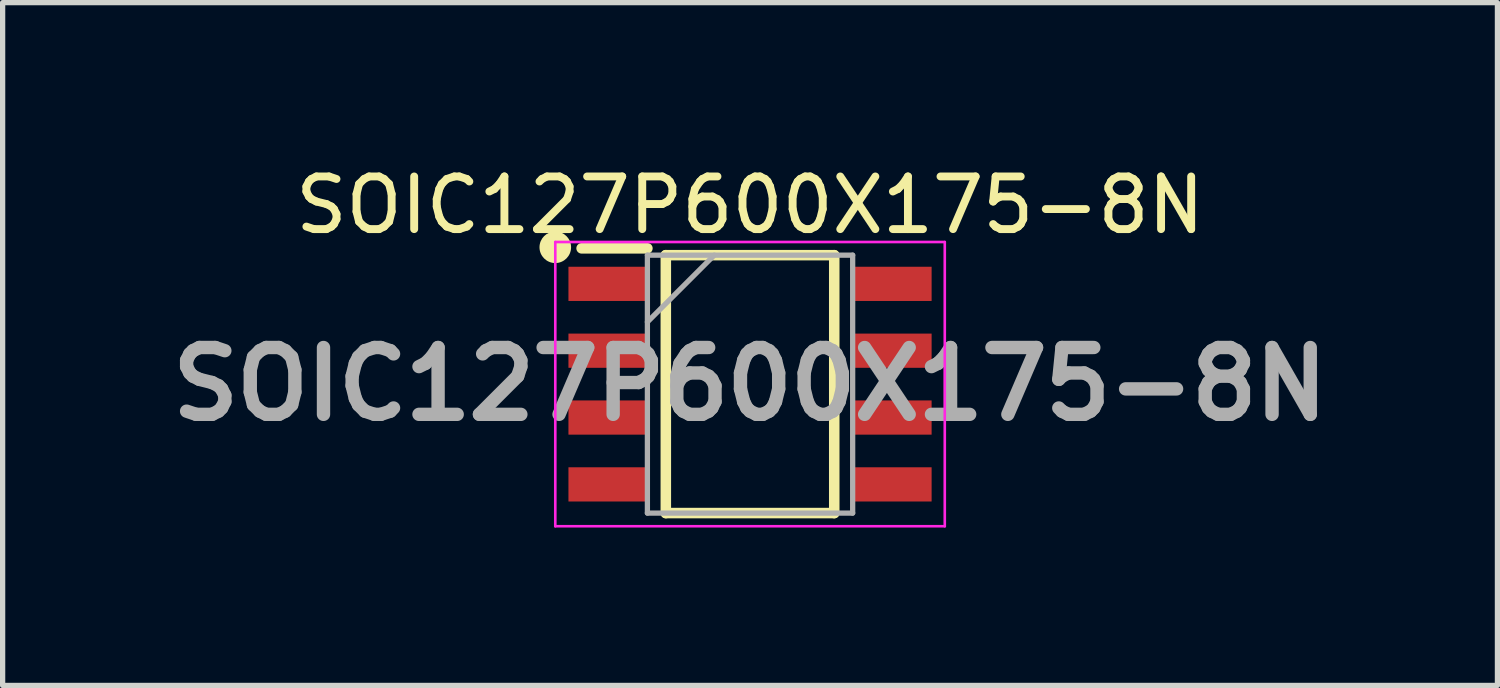
<source format=kicad_pcb>
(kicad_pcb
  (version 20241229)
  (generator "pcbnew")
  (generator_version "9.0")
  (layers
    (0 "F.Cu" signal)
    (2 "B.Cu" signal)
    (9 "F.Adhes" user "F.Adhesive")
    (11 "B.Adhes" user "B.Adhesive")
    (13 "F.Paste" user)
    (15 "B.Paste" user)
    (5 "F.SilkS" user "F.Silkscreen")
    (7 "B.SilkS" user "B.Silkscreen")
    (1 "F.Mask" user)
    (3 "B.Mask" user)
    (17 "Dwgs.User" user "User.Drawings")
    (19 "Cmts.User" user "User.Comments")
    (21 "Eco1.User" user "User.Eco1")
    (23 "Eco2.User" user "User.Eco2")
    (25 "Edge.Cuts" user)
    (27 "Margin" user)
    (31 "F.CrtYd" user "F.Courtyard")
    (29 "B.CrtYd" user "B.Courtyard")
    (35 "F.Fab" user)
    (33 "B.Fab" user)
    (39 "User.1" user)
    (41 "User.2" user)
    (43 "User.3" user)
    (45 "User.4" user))
  (footprint "SOIC127P600X175-8N"
    (layer "F.Cu")
    (at 11.2 4.248)
    (property "Reference" "SOIC127P600X175-8N" (at 0 -3.4 0) (layer "F.SilkS") (effects (font (size 1 1) (thickness 0.15))))
    (attr smd)
    (fp_line (start -3.2 -2.58) (end -1.95 -2.58) (stroke (width 0.2) (type solid)) (layer "F.SilkS"))
    (fp_line (start -1.6 -2.45) (end 1.6 -2.45) (stroke (width 0.2) (type solid)) (layer "F.SilkS"))
    (fp_line (start -1.6 2.45) (end -1.6 -2.45) (stroke (width 0.2) (type solid)) (layer "F.SilkS"))
    (fp_line (start 1.6 -2.45) (end 1.6 2.45) (stroke (width 0.2) (type solid)) (layer "F.SilkS"))
    (fp_line (start 1.6 2.45) (end -1.6 2.45) (stroke (width 0.2) (type solid)) (layer "F.SilkS"))
    (fp_circle (center -3.7 -2.6) (end -3.4 -2.6) (stroke (width 0) (type solid)) (fill yes) (layer "F.SilkS"))
    (fp_line (start -3.7 -2.7) (end 3.7 -2.7) (stroke (width 0.05) (type solid)) (layer "F.CrtYd"))
    (fp_line (start -3.7 2.7) (end -3.7 -2.7) (stroke (width 0.05) (type solid)) (layer "F.CrtYd"))
    (fp_line (start 3.7 -2.7) (end 3.7 2.7) (stroke (width 0.05) (type solid)) (layer "F.CrtYd"))
    (fp_line (start 3.7 2.7) (end -3.7 2.7) (stroke (width 0.05) (type solid)) (layer "F.CrtYd"))
    (fp_line (start -1.95 -2.45) (end 1.95 -2.45) (stroke (width 0.1) (type solid)) (layer "F.Fab"))
    (fp_line (start -1.95 -1.18) (end -0.68 -2.45) (stroke (width 0.1) (type solid)) (layer "F.Fab"))
    (fp_line (start -1.95 2.45) (end -1.95 -2.45) (stroke (width 0.1) (type solid)) (layer "F.Fab"))
    (fp_line (start 1.95 -2.45) (end 1.95 2.45) (stroke (width 0.1) (type solid)) (layer "F.Fab"))
    (fp_line (start 1.95 2.45) (end -1.95 2.45) (stroke (width 0.1) (type solid)) (layer "F.Fab"))
    (fp_text user "${REFERENCE}" (at 0 0 0) (layer "F.Fab") (effects (font (size 1.27 1.27) (thickness 0.254))))
    (pad "1" smd rect (at -2.7 -1.905 90) (size 0.65 1.5) (layers "F.Cu" "F.Mask" "F.Paste"))
    (pad "2" smd rect (at -2.7 -0.635 90) (size 0.65 1.5) (layers "F.Cu" "F.Mask" "F.Paste"))
    (pad "3" smd rect (at -2.7 0.635 90) (size 0.65 1.5) (layers "F.Cu" "F.Mask" "F.Paste"))
    (pad "4" smd rect (at -2.7 1.905 90) (size 0.65 1.5) (layers "F.Cu" "F.Mask" "F.Paste"))
    (pad "5" smd rect (at 2.7 1.905 90) (size 0.65 1.5) (layers "F.Cu" "F.Mask" "F.Paste"))
    (pad "6" smd rect (at 2.7 0.635 90) (size 0.65 1.5) (layers "F.Cu" "F.Mask" "F.Paste"))
    (pad "7" smd rect (at 2.7 -0.635 90) (size 0.65 1.5) (layers "F.Cu" "F.Mask" "F.Paste"))
    (pad "8" smd rect (at 2.7 -1.905 90) (size 0.65 1.5) (layers "F.Cu" "F.Mask" "F.Paste")))
  (gr_rect
    (start -3 -3)
    (end 25.4 9.973)
    (stroke (width 0.1) (type default))
    (fill no)
    (layer "Edge.Cuts")))
</source>
